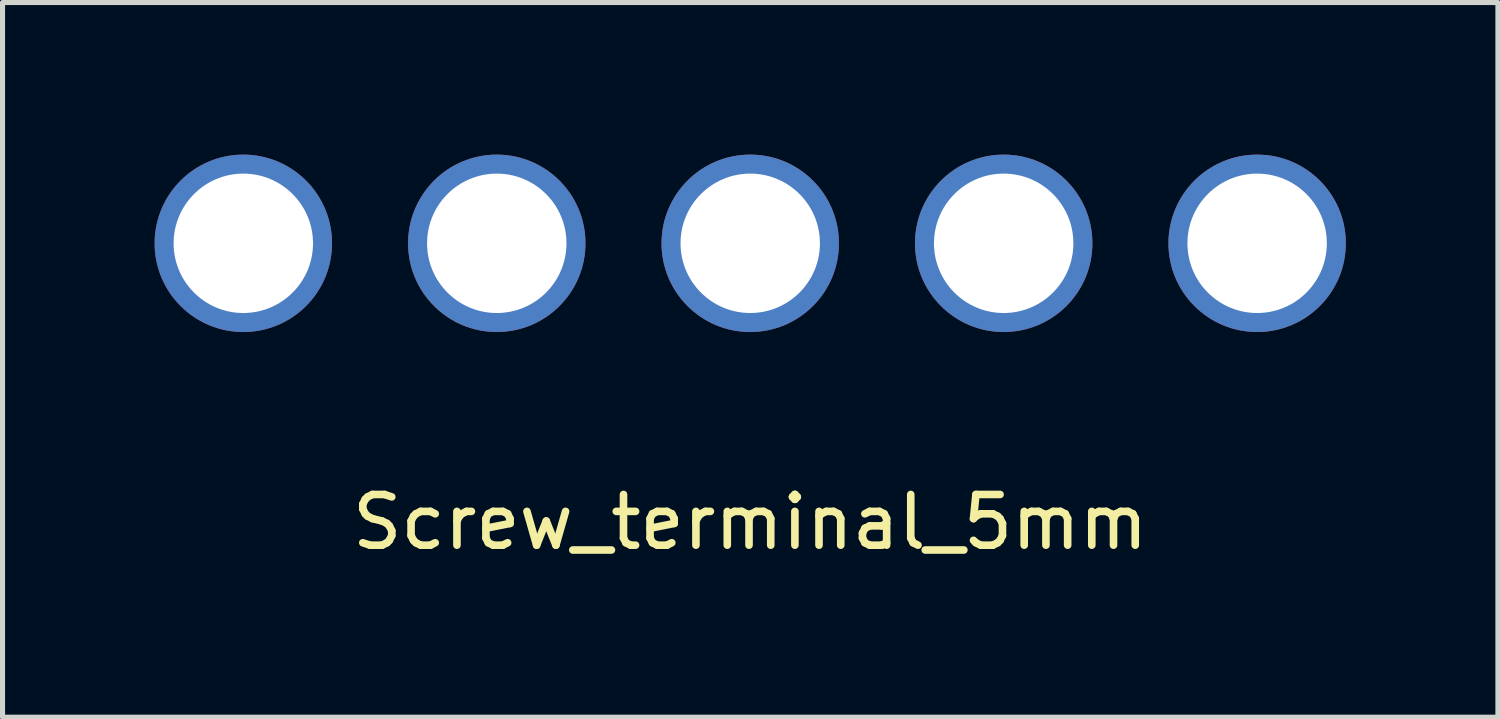
<source format=kicad_pcb>
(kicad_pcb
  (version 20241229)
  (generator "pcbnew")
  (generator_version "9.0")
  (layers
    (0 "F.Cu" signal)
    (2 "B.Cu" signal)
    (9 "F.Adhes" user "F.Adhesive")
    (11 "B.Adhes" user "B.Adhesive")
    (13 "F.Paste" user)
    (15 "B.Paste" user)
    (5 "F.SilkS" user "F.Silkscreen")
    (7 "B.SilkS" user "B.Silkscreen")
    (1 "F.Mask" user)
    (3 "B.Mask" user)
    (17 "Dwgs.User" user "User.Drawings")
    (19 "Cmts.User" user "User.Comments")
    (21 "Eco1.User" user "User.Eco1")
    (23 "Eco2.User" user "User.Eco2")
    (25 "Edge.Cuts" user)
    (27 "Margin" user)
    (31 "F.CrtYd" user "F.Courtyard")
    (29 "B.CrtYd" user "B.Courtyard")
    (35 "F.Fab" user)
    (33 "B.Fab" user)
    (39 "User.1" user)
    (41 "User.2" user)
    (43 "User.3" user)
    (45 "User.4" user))
  (footprint "Screw_terminal_5mm"
    (layer "F.Cu")
    (at 11.75 6.75)
    (property "Reference" "Screw_terminal_5mm" (at 0 0.5 0) (layer "F.SilkS") (effects (font (size 1 1) (thickness 0.15))))
    (attr through_hole)
    (pad "1" thru_hole circle (at -10 -5) (size 3.5 3.5) (drill 2.75) (layers "*.Cu" "*.Mask"))
    (pad "2" thru_hole circle (at -5 -5) (size 3.5 3.5) (drill 2.75) (layers "*.Cu" "*.Mask"))
    (pad "3" thru_hole circle (at 0 -5) (size 3.5 3.5) (drill 2.75) (layers "*.Cu" "*.Mask"))
    (pad "4" thru_hole circle (at 5 -5) (size 3.5 3.5) (drill 2.75) (layers "*.Cu" "*.Mask"))
    (pad "5" thru_hole circle (at 10 -5) (size 3.5 3.5) (drill 2.75) (layers "*.Cu" "*.Mask")))
  (gr_rect
    (start -3 -3)
    (end 26.5 11.098)
    (stroke (width 0.1) (type default))
    (fill no)
    (layer "Edge.Cuts")))
</source>
